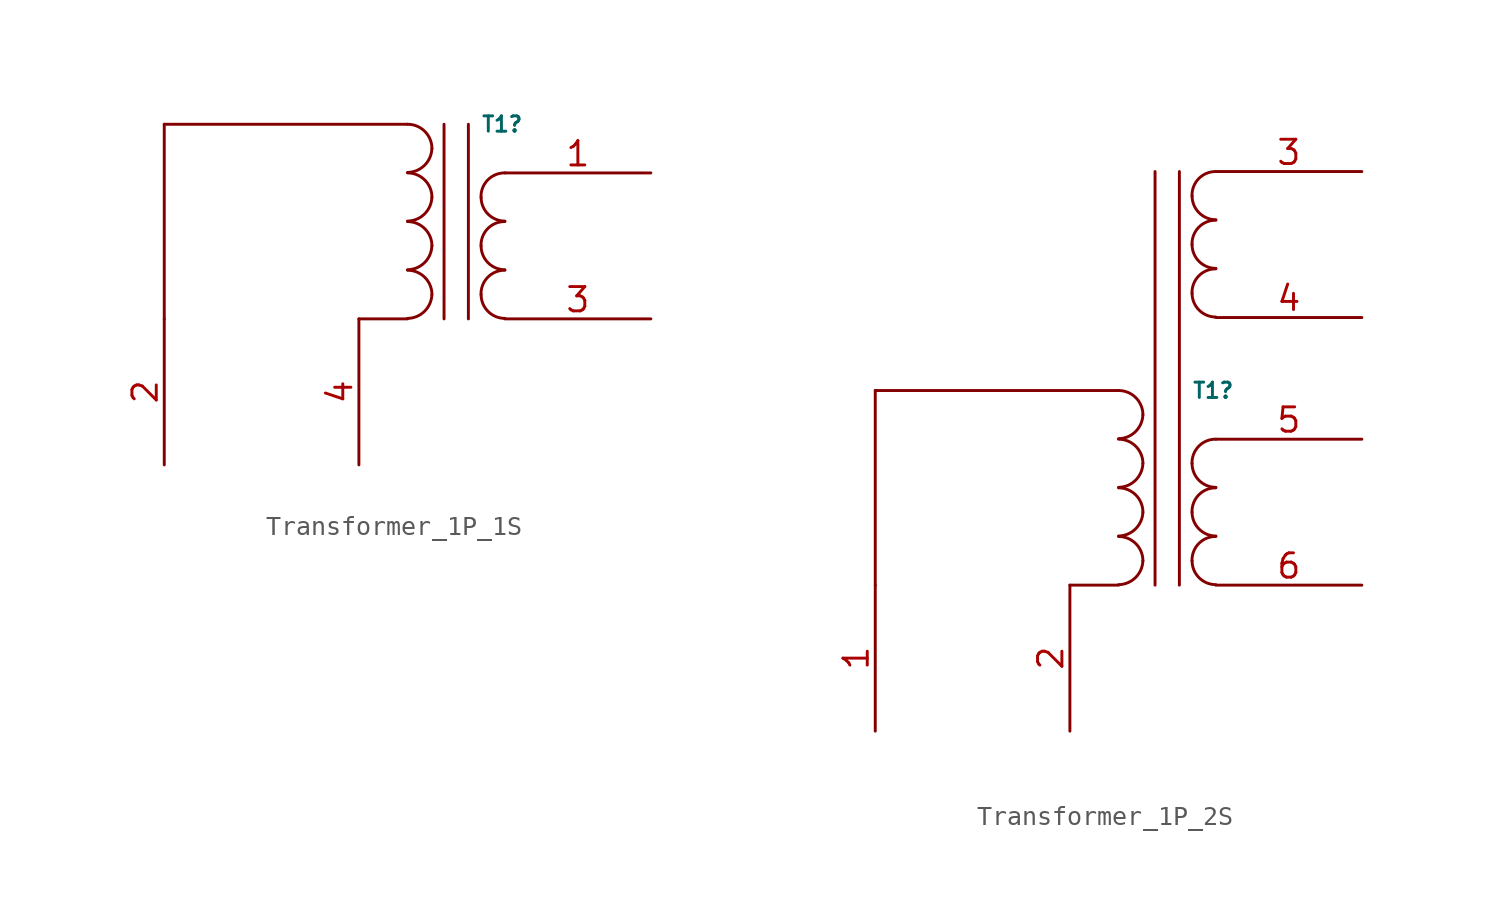
<source format=kicad_sym>
(kicad_symbol_lib
  (version 20231120)
  (generator "kicad_symbol_editor")
  (generator_version "8.0")
  (symbol "Transformer_1P_1S"
    (pin_names
      (offset 1.016) hide)
    (property "Reference" "T1"
      (at 1.905 10.16 0)
      (effects (font (size 0.8 0.8)) (justify left)))
    (symbol "Transformer_1P_1S_0_1"
      (arc (start -1.905 0.0254) (mid -1.0211 0.3937) (end -0.635 1.27) (stroke (width 0) (type default)) (fill (type none)))
      (arc (start -1.905 2.5654) (mid -1.0211 2.9337) (end -0.635 3.81) (stroke (width 0) (type default)) (fill (type none)))
      (arc (start -1.905 5.1054) (mid -1.0211 5.4737) (end -0.635 6.35) (stroke (width 0) (type default)) (fill (type none)))
      (arc (start -1.905 7.6454) (mid -1.0211 8.0137) (end -0.635 8.89) (stroke (width 0) (type default)) (fill (type none)))
      (arc (start -0.635 1.27) (mid -1.007 2.168) (end -1.905 2.54) (stroke (width 0) (type default)) (fill (type none)))
      (arc (start -0.635 3.81) (mid -1.007 4.708) (end -1.905 5.08) (stroke (width 0) (type default)) (fill (type none)))
      (arc (start -0.635 6.35) (mid -1.007 7.248) (end -1.905 7.62) (stroke (width 0) (type default)) (fill (type none)))
      (arc (start -0.635 8.89) (mid -1.007 9.788) (end -1.905 10.16) (stroke (width 0) (type default)) (fill (type none)))
      (polyline (pts (xy -14.605 0) (xy -14.605 10.16)) (stroke (width 0) (type default)) (fill (type none)))
      (polyline (pts (xy -4.445 0) (xy -1.905 0)) (stroke (width 0) (type default)) (fill (type none)))
      (polyline (pts (xy -1.905 10.16) (xy -14.605 10.16)) (stroke (width 0) (type default)) (fill (type none)))
      (polyline (pts (xy 0 0) (xy 0 10.16)) (stroke (width 0) (type default)) (fill (type none)))
      (polyline (pts (xy 1.27 10.16) (xy 1.27 0)) (stroke (width 0) (type default)) (fill (type none)))
      (arc (start 1.9304 1.27) (mid 2.2949 0.3899) (end 3.175 0.0254) (stroke (width 0) (type default)) (fill (type none)))
      (arc (start 1.9304 3.81) (mid 2.2949 2.9299) (end 3.175 2.5654) (stroke (width 0) (type default)) (fill (type none)))
      (arc (start 1.9304 6.35) (mid 2.2949 5.4699) (end 3.175 5.1054) (stroke (width 0) (type default)) (fill (type none)))
      (arc (start 3.175 2.54) (mid 2.2808 2.1715) (end 1.9304 1.27) (stroke (width 0) (type default)) (fill (type none)))
      (arc (start 3.175 5.08) (mid 2.2808 4.7115) (end 1.9304 3.81) (stroke (width 0) (type default)) (fill (type none)))
      (arc (start 3.175 7.62) (mid 2.2808 7.2515) (end 1.9304 6.35) (stroke (width 0) (type default)) (fill (type none))))
    (symbol "Transformer_1P_1S_1_1"
      (pin passive line (at 10.795 7.62 180) (length 7.62) (name "SC" (effects (font (size 1.27 1.27)))) (number "1" (effects (font (size 1.27 1.27)))))
      (pin passive line (at -14.605 -7.62 90) (length 7.62) (name "AA" (effects (font (size 1.27 1.27)))) (number "2" (effects (font (size 1.27 1.27)))))
      (pin passive line (at 10.795 0 180) (length 7.62) (name "SD" (effects (font (size 1.27 1.27)))) (number "3" (effects (font (size 1.27 1.27)))))
      (pin passive line (at -4.445 -7.62 90) (length 7.62) (name "AB" (effects (font (size 1.27 1.27)))) (number "4" (effects (font (size 1.27 1.27)))))))
  (symbol "Transformer_1P_2S"
    (pin_names
      (offset 1.016) hide)
    (property "Reference" "T1"
      (at 1.905 10.16 0)
      (effects (font (size 0.8 0.8)) (justify left)))
    (symbol "Transformer_1P_2S_0_1"
      (arc (start -1.905 0.0254) (mid -1.0211 0.3937) (end -0.635 1.27) (stroke (width 0) (type default)) (fill (type none)))
      (arc (start -1.905 2.5654) (mid -1.0211 2.9337) (end -0.635 3.81) (stroke (width 0) (type default)) (fill (type none)))
      (arc (start -1.905 5.1054) (mid -1.0211 5.4737) (end -0.635 6.35) (stroke (width 0) (type default)) (fill (type none)))
      (arc (start -1.905 7.6454) (mid -1.0211 8.0137) (end -0.635 8.89) (stroke (width 0) (type default)) (fill (type none)))
      (arc (start -0.635 1.27) (mid -1.007 2.168) (end -1.905 2.54) (stroke (width 0) (type default)) (fill (type none)))
      (arc (start -0.635 3.81) (mid -1.007 4.708) (end -1.905 5.08) (stroke (width 0) (type default)) (fill (type none)))
      (arc (start -0.635 6.35) (mid -1.007 7.248) (end -1.905 7.62) (stroke (width 0) (type default)) (fill (type none)))
      (arc (start -0.635 8.89) (mid -1.007 9.788) (end -1.905 10.16) (stroke (width 0) (type default)) (fill (type none)))
      (polyline (pts (xy -14.605 0) (xy -14.605 10.16)) (stroke (width 0) (type default)) (fill (type none)))
      (polyline (pts (xy -4.445 0) (xy -1.905 0)) (stroke (width 0) (type default)) (fill (type none)))
      (polyline (pts (xy -1.905 10.16) (xy -14.605 10.16)) (stroke (width 0) (type default)) (fill (type none)))
      (polyline (pts (xy 0 0) (xy 0 21.59)) (stroke (width 0) (type default)) (fill (type none)))
      (polyline (pts (xy 1.27 21.59) (xy 1.27 0)) (stroke (width 0) (type default)) (fill (type none)))
      (arc (start 1.9304 1.27) (mid 2.2949 0.3899) (end 3.175 0.0254) (stroke (width 0) (type default)) (fill (type none)))
      (arc (start 1.9304 3.81) (mid 2.2949 2.9299) (end 3.175 2.5654) (stroke (width 0) (type default)) (fill (type none)))
      (arc (start 1.9304 6.35) (mid 2.2949 5.4699) (end 3.175 5.1054) (stroke (width 0) (type default)) (fill (type none)))
      (arc (start 1.9304 15.24) (mid 2.2949 14.3599) (end 3.175 13.9954) (stroke (width 0) (type default)) (fill (type none)))
      (arc (start 1.9304 17.78) (mid 2.2949 16.8999) (end 3.175 16.5354) (stroke (width 0) (type default)) (fill (type none)))
      (arc (start 1.9304 20.32) (mid 2.2949 19.4399) (end 3.175 19.0754) (stroke (width 0) (type default)) (fill (type none)))
      (arc (start 3.175 2.54) (mid 2.2808 2.1715) (end 1.9304 1.27) (stroke (width 0) (type default)) (fill (type none)))
      (arc (start 3.175 5.08) (mid 2.2808 4.7115) (end 1.9304 3.81) (stroke (width 0) (type default)) (fill (type none)))
      (arc (start 3.175 7.62) (mid 2.2808 7.2515) (end 1.9304 6.35) (stroke (width 0) (type default)) (fill (type none)))
      (arc (start 3.175 16.51) (mid 2.2808 16.1415) (end 1.9304 15.24) (stroke (width 0) (type default)) (fill (type none)))
      (arc (start 3.175 19.05) (mid 2.2808 18.6815) (end 1.9304 17.78) (stroke (width 0) (type default)) (fill (type none)))
      (arc (start 3.175 21.59) (mid 2.2808 21.2215) (end 1.9304 20.32) (stroke (width 0) (type default)) (fill (type none))))
    (symbol "Transformer_1P_2S_1_1"
      (pin passive line (at -14.605 -7.62 90) (length 7.62) (name "AA" (effects (font (size 1.27 1.27)))) (number "1" (effects (font (size 1.27 1.27)))))
      (pin passive line (at -4.445 -7.62 90) (length 7.62) (name "AB" (effects (font (size 1.27 1.27)))) (number "2" (effects (font (size 1.27 1.27)))))
      (pin passive line (at 10.795 21.59 180) (length 7.62) (name "SA" (effects (font (size 1.27 1.27)))) (number "3" (effects (font (size 1.27 1.27)))))
      (pin passive line (at 10.795 13.97 180) (length 7.62) (name "SB" (effects (font (size 1.27 1.27)))) (number "4" (effects (font (size 1.27 1.27)))))
      (pin passive line (at 10.795 7.62 180) (length 7.62) (name "SC" (effects (font (size 1.27 1.27)))) (number "5" (effects (font (size 1.27 1.27)))))
      (pin passive line (at 10.795 0 180) (length 7.62) (name "SD" (effects (font (size 1.27 1.27)))) (number "6" (effects (font (size 1.27 1.27))))))))
</source>
